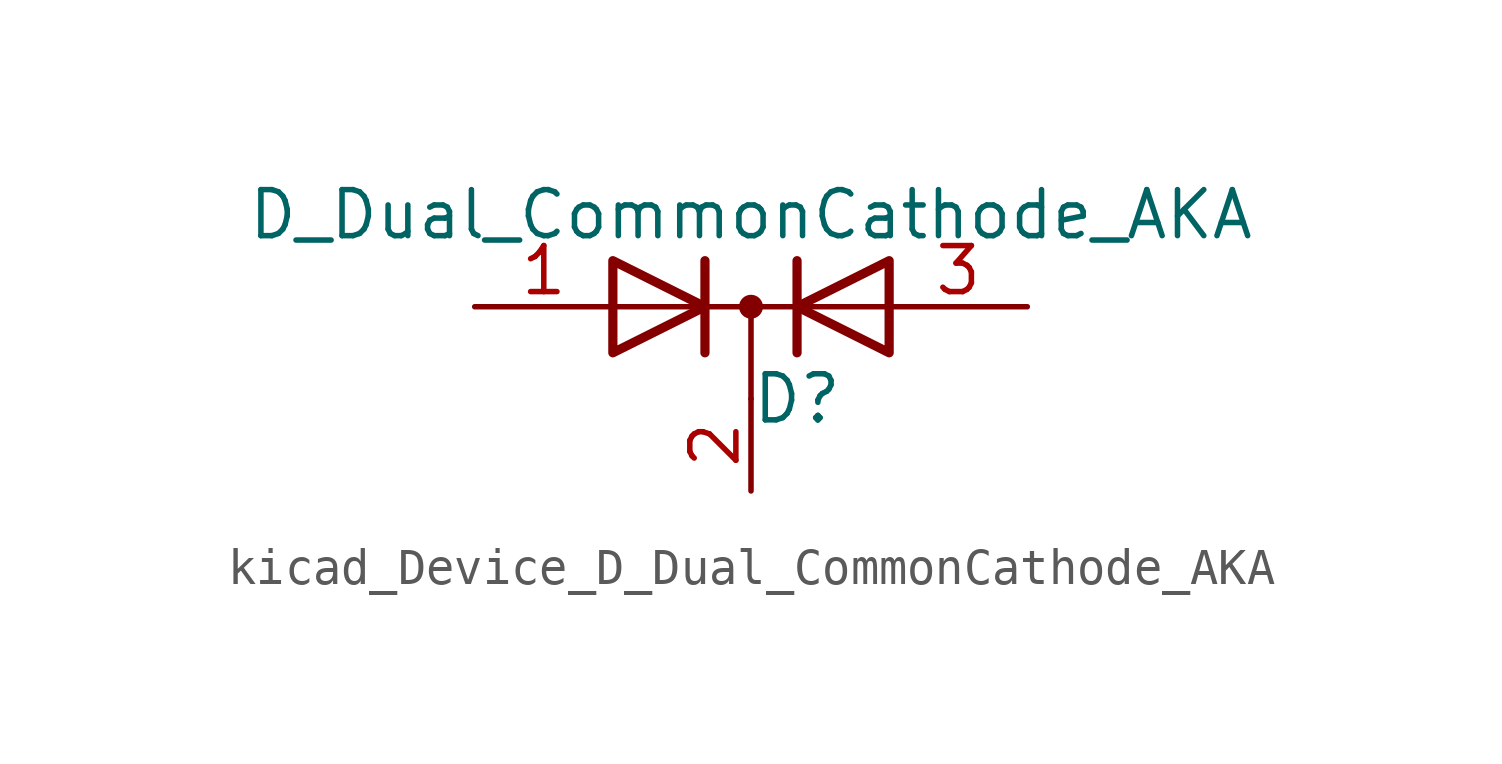
<source format=kicad_sym>
(kicad_symbol_lib
  (version 20220914)
  (generator kicad_symbol_editor)
  (symbol "kicad_Device_D_Dual_CommonCathode_AKA"
    (pin_names
      (offset 0.762) hide)
    (property "Reference" "D"
      (at 1.27 -2.54 0)
      (effects (font (size 1.27 1.27))))
    (property "Value" "D_Dual_CommonCathode_AKA"
      (at 0 2.54 0)
      (effects (font (size 1.27 1.27))))
    (symbol "kicad_Device_D_Dual_CommonCathode_AKA_0_1"
      (polyline (pts (xy 0 0) (xy 0 -2.54)) (stroke (width 0) (type default)) (fill (type none)))
      (polyline (pts (xy 3.81 0) (xy -3.81 0)) (stroke (width 0) (type default)) (fill (type none)))
      (polyline (pts (xy -1.27 -1.27) (xy -1.27 1.27) (xy -1.27 1.27)) (stroke (width 0.254) (type default)) (fill (type none)))
      (polyline (pts (xy 1.27 -1.27) (xy 1.27 1.27) (xy 1.27 1.27)) (stroke (width 0.254) (type default)) (fill (type none)))
      (polyline (pts (xy -3.81 1.27) (xy -1.27 0) (xy -3.81 -1.27) (xy -3.81 1.27) (xy -3.81 1.27) (xy -3.81 1.27)) (stroke (width 0.254) (type default)) (fill (type none)))
      (polyline (pts (xy 3.81 -1.27) (xy 1.27 0) (xy 3.81 1.27) (xy 3.81 -1.27) (xy 3.81 -1.27) (xy 3.81 -1.27)) (stroke (width 0.254) (type default)) (fill (type none)))
      (circle (center 0 0) (radius 0.254) (stroke (width 0) (type default)) (fill (type outline)))
      (pin passive line (at -7.62 0 0) (length 3.81) (name "A" (effects (font (size 1.27 1.27)))) (number "1" (effects (font (size 1.27 1.27)))))
      (pin passive line (at 0 -5.08 90) (length 2.54) (name "K" (effects (font (size 1.27 1.27)))) (number "2" (effects (font (size 1.27 1.27)))))
      (pin passive line (at 7.62 0 180) (length 3.81) (name "A" (effects (font (size 1.27 1.27)))) (number "3" (effects (font (size 1.27 1.27))))))))
</source>
